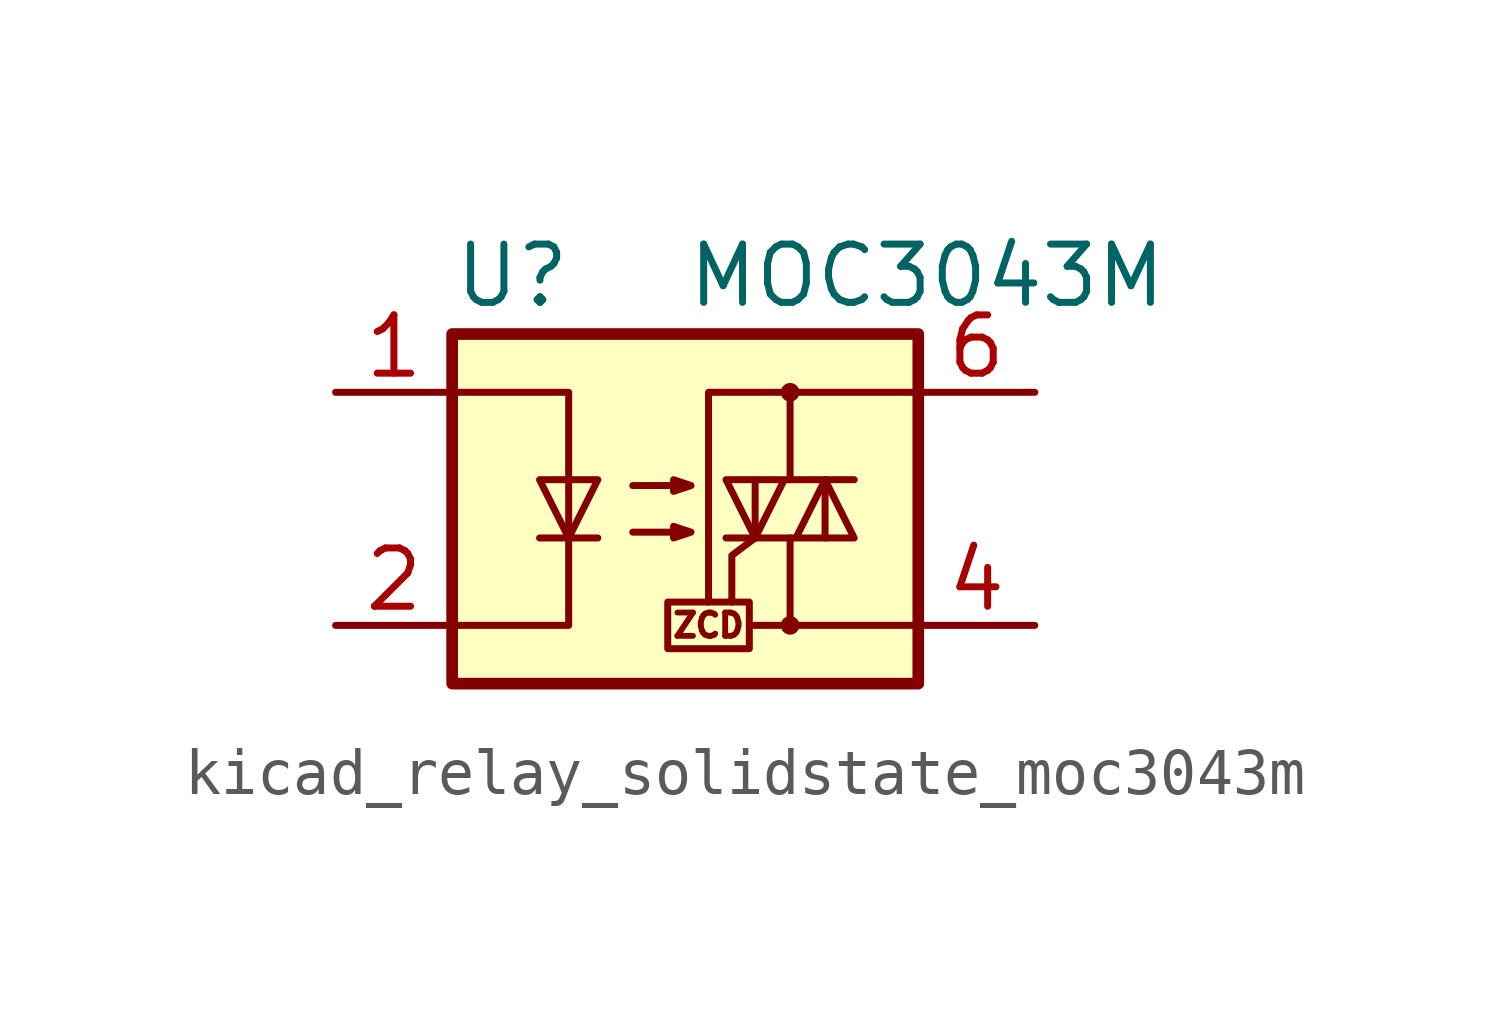
<source format=kicad_sym>
(kicad_symbol_lib
  (version 20220914)
  (generator kicad_symbol_editor)
  (symbol "kicad_relay_solidstate_moc3043m"
    (property "Reference" "U"
      (at -5.08 5.08 0)
      (effects (font (size 1.27 1.27)) (justify left)))
    (property "Value" "MOC3043M"
      (at 0 5.08 0)
      (effects (font (size 1.27 1.27)) (justify left)))
    (symbol "kicad_relay_solidstate_moc3043m_0_0"
      (rectangle (start -0.381 -2.032) (end 1.397 -3.048) (stroke (width 0) (type default)) (fill (type none)))
      (polyline (pts (xy 2.286 -2.54) (xy 1.397 -2.54)) (stroke (width 0) (type default)) (fill (type none)))
      (polyline (pts (xy 1.524 -0.635) (xy 1.016 -1.016) (xy 1.016 -2.032)) (stroke (width 0) (type default)) (fill (type none)))
      (text "ZCD" (at 0.508 -2.54 0) (effects (font (size 0.508 0.508)))))
    (symbol "kicad_relay_solidstate_moc3043m_0_1"
      (rectangle (start -5.08 3.81) (end 5.08 -3.81) (stroke (width 0.254) (type default)) (fill (type background)))
      (polyline (pts (xy -3.175 -0.635) (xy -1.905 -0.635)) (stroke (width 0) (type default)) (fill (type none)))
      (polyline (pts (xy 1.524 -0.635) (xy 1.524 0.635)) (stroke (width 0) (type default)) (fill (type none)))
      (polyline (pts (xy 3.048 0.635) (xy 3.048 -0.635)) (stroke (width 0) (type default)) (fill (type none)))
      (polyline (pts (xy 2.286 -0.635) (xy 2.286 -2.54) (xy 5.08 -2.54)) (stroke (width 0) (type default)) (fill (type none)))
      (polyline (pts (xy 2.286 0.635) (xy 2.286 2.54) (xy 5.08 2.54)) (stroke (width 0) (type default)) (fill (type none)))
      (polyline (pts (xy 2.286 2.54) (xy 0.508 2.54) (xy 0.508 -2.032)) (stroke (width 0) (type default)) (fill (type none)))
      (polyline (pts (xy -5.08 2.54) (xy -2.54 2.54) (xy -2.54 -2.54) (xy -5.08 -2.54)) (stroke (width 0) (type default)) (fill (type none)))
      (polyline (pts (xy -2.54 -0.635) (xy -3.175 0.635) (xy -1.905 0.635) (xy -2.54 -0.635)) (stroke (width 0) (type default)) (fill (type none)))
      (polyline (pts (xy 0.889 -0.635) (xy 3.683 -0.635) (xy 3.048 0.635) (xy 2.413 -0.635)) (stroke (width 0) (type default)) (fill (type none)))
      (polyline (pts (xy 3.683 0.635) (xy 0.889 0.635) (xy 1.524 -0.635) (xy 2.159 0.635)) (stroke (width 0) (type default)) (fill (type none)))
      (polyline (pts (xy -1.143 -0.508) (xy 0.127 -0.508) (xy -0.254 -0.635) (xy -0.254 -0.381) (xy 0.127 -0.508)) (stroke (width 0) (type default)) (fill (type none)))
      (polyline (pts (xy -1.143 0.508) (xy 0.127 0.508) (xy -0.254 0.381) (xy -0.254 0.635) (xy 0.127 0.508)) (stroke (width 0) (type default)) (fill (type none)))
      (circle (center 2.286 -2.54) (radius 0.127) (stroke (width 0) (type default)) (fill (type none)))
      (circle (center 2.286 2.54) (radius 0.127) (stroke (width 0) (type default)) (fill (type none))))
    (symbol "kicad_relay_solidstate_moc3043m_1_1"
      (pin passive line (at -7.62 2.54 0) (length 2.54) (name "~" (effects (font (size 1.27 1.27)))) (number "1" (effects (font (size 1.27 1.27)))))
      (pin passive line (at -7.62 -2.54 0) (length 2.54) (name "~" (effects (font (size 1.27 1.27)))) (number "2" (effects (font (size 1.27 1.27)))))
      (pin no_connect line (at -5.08 0 0) (length 2.54) hide (name "NC" (effects (font (size 1.27 1.27)))) (number "3" (effects (font (size 1.27 1.27)))))
      (pin passive line (at 7.62 -2.54 180) (length 2.54) (name "~" (effects (font (size 1.27 1.27)))) (number "4" (effects (font (size 1.27 1.27)))))
      (pin no_connect line (at 5.08 0 180) (length 2.54) hide (name "NC" (effects (font (size 1.27 1.27)))) (number "5" (effects (font (size 1.27 1.27)))))
      (pin passive line (at 7.62 2.54 180) (length 2.54) (name "~" (effects (font (size 1.27 1.27)))) (number "6" (effects (font (size 1.27 1.27))))))))
</source>
